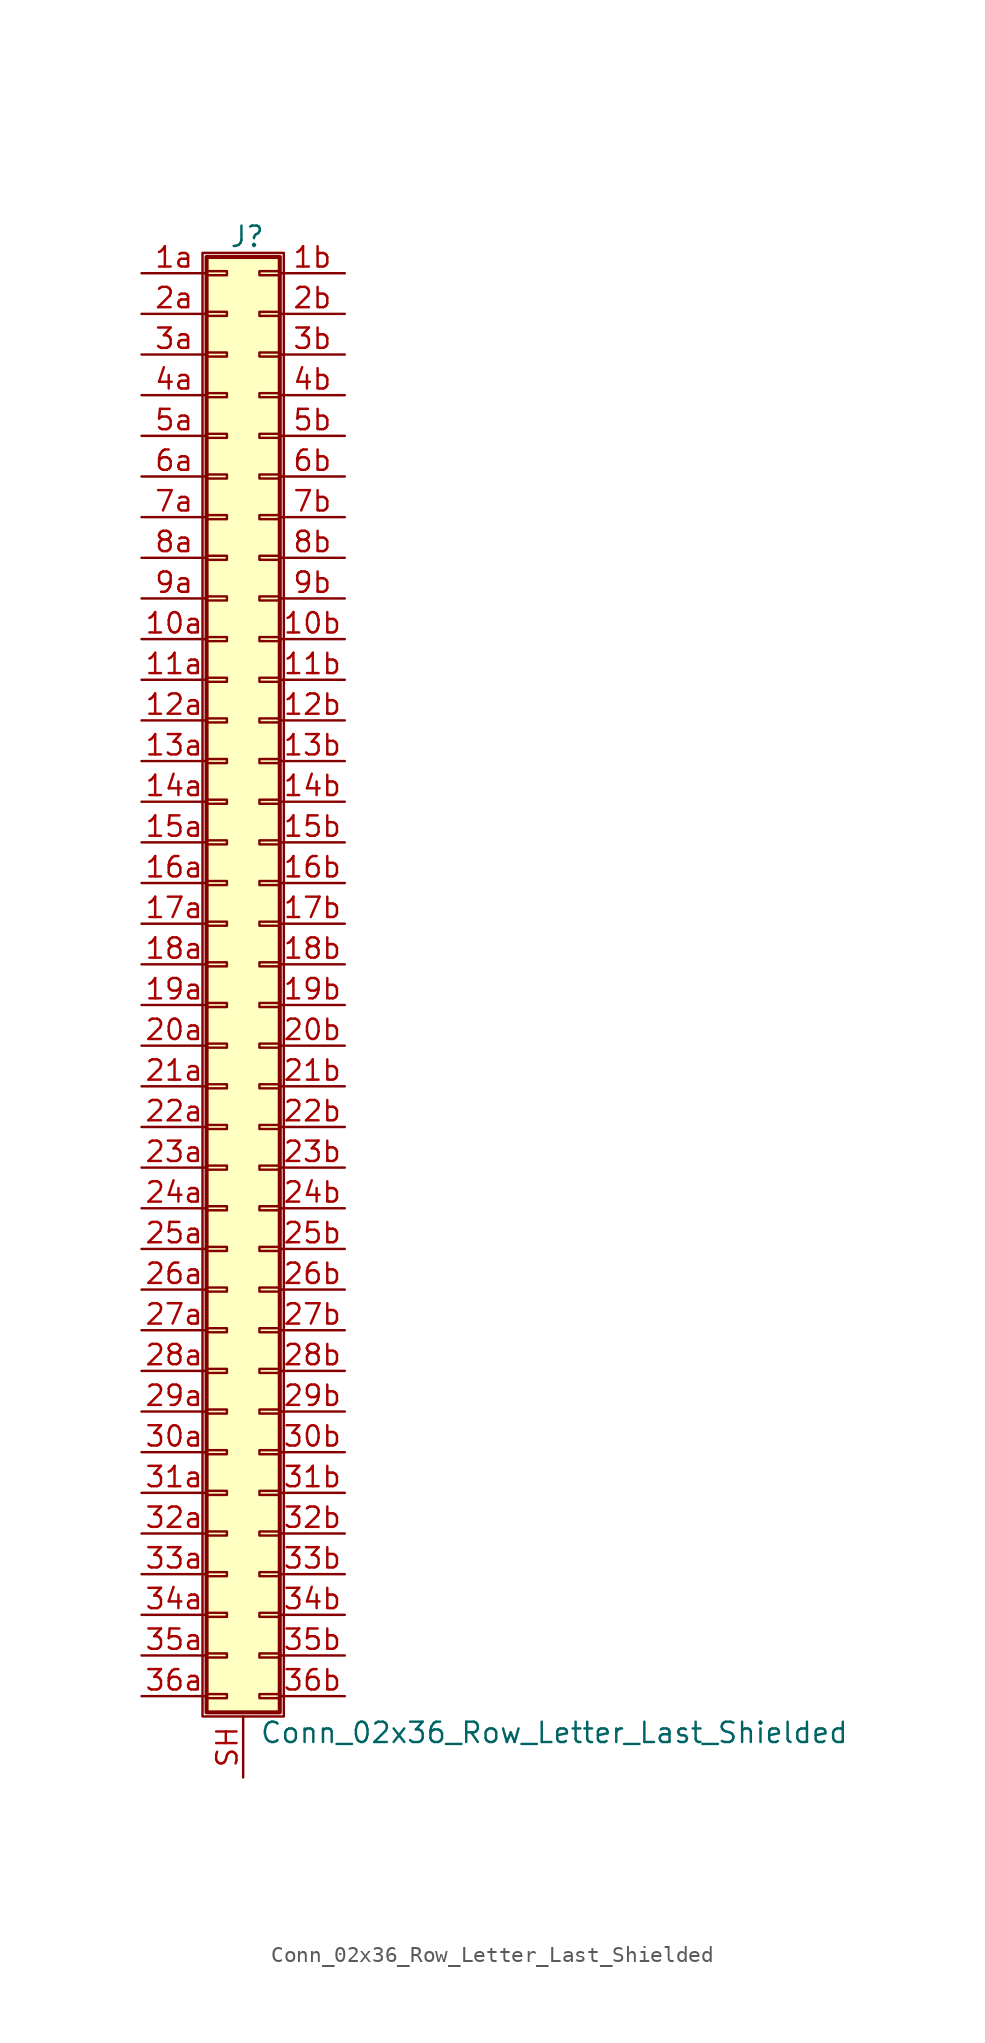
<source format=kicad_sym>
(kicad_symbol_lib
  (version 20220914)
  (generator kicad_symbol_editor)
  (symbol "Conn_02x36_Row_Letter_Last_Shielded"
    (pin_names
      (offset 1.016) hide)
    (property "Reference" "J"
      (at 1.524 45.466 0)
      (effects (font (size 1.27 1.27))))
    (property "Value" "Conn_02x36_Row_Letter_Last_Shielded"
      (at 2.286 -48.006 0)
      (effects (font (size 1.27 1.27)) (justify left)))
    (symbol "Conn_02x36_Row_Letter_Last_Shielded_1_1"
      (rectangle (start -1.27 44.45) (end 3.81 -46.99) (stroke (width 0.152) (type default)) (fill (type none)))
      (rectangle (start -1.016 -45.593) (end 0.254 -45.847) (stroke (width 0.152) (type default)) (fill (type none)))
      (rectangle (start -1.016 -43.053) (end 0.254 -43.307) (stroke (width 0.152) (type default)) (fill (type none)))
      (rectangle (start -1.016 -40.513) (end 0.254 -40.767) (stroke (width 0.152) (type default)) (fill (type none)))
      (rectangle (start -1.016 -37.973) (end 0.254 -38.227) (stroke (width 0.152) (type default)) (fill (type none)))
      (rectangle (start -1.016 -35.433) (end 0.254 -35.687) (stroke (width 0.152) (type default)) (fill (type none)))
      (rectangle (start -1.016 -32.893) (end 0.254 -33.147) (stroke (width 0.152) (type default)) (fill (type none)))
      (rectangle (start -1.016 -30.353) (end 0.254 -30.607) (stroke (width 0.152) (type default)) (fill (type none)))
      (rectangle (start -1.016 -27.813) (end 0.254 -28.067) (stroke (width 0.152) (type default)) (fill (type none)))
      (rectangle (start -1.016 -25.273) (end 0.254 -25.527) (stroke (width 0.152) (type default)) (fill (type none)))
      (rectangle (start -1.016 -22.733) (end 0.254 -22.987) (stroke (width 0.152) (type default)) (fill (type none)))
      (rectangle (start -1.016 -20.193) (end 0.254 -20.447) (stroke (width 0.152) (type default)) (fill (type none)))
      (rectangle (start -1.016 -17.653) (end 0.254 -17.907) (stroke (width 0.152) (type default)) (fill (type none)))
      (rectangle (start -1.016 -15.113) (end 0.254 -15.367) (stroke (width 0.152) (type default)) (fill (type none)))
      (rectangle (start -1.016 -12.573) (end 0.254 -12.827) (stroke (width 0.152) (type default)) (fill (type none)))
      (rectangle (start -1.016 -10.033) (end 0.254 -10.287) (stroke (width 0.152) (type default)) (fill (type none)))
      (rectangle (start -1.016 -7.493) (end 0.254 -7.747) (stroke (width 0.152) (type default)) (fill (type none)))
      (rectangle (start -1.016 -4.953) (end 0.254 -5.207) (stroke (width 0.152) (type default)) (fill (type none)))
      (rectangle (start -1.016 -2.413) (end 0.254 -2.667) (stroke (width 0.152) (type default)) (fill (type none)))
      (rectangle (start -1.016 0.127) (end 0.254 -0.127) (stroke (width 0.152) (type default)) (fill (type none)))
      (rectangle (start -1.016 2.667) (end 0.254 2.413) (stroke (width 0.152) (type default)) (fill (type none)))
      (rectangle (start -1.016 5.207) (end 0.254 4.953) (stroke (width 0.152) (type default)) (fill (type none)))
      (rectangle (start -1.016 7.747) (end 0.254 7.493) (stroke (width 0.152) (type default)) (fill (type none)))
      (rectangle (start -1.016 10.287) (end 0.254 10.033) (stroke (width 0.152) (type default)) (fill (type none)))
      (rectangle (start -1.016 12.827) (end 0.254 12.573) (stroke (width 0.152) (type default)) (fill (type none)))
      (rectangle (start -1.016 15.367) (end 0.254 15.113) (stroke (width 0.152) (type default)) (fill (type none)))
      (rectangle (start -1.016 17.907) (end 0.254 17.653) (stroke (width 0.152) (type default)) (fill (type none)))
      (rectangle (start -1.016 20.447) (end 0.254 20.193) (stroke (width 0.152) (type default)) (fill (type none)))
      (rectangle (start -1.016 22.987) (end 0.254 22.733) (stroke (width 0.152) (type default)) (fill (type none)))
      (rectangle (start -1.016 25.527) (end 0.254 25.273) (stroke (width 0.152) (type default)) (fill (type none)))
      (rectangle (start -1.016 28.067) (end 0.254 27.813) (stroke (width 0.152) (type default)) (fill (type none)))
      (rectangle (start -1.016 30.607) (end 0.254 30.353) (stroke (width 0.152) (type default)) (fill (type none)))
      (rectangle (start -1.016 33.147) (end 0.254 32.893) (stroke (width 0.152) (type default)) (fill (type none)))
      (rectangle (start -1.016 35.687) (end 0.254 35.433) (stroke (width 0.152) (type default)) (fill (type none)))
      (rectangle (start -1.016 38.227) (end 0.254 37.973) (stroke (width 0.152) (type default)) (fill (type none)))
      (rectangle (start -1.016 40.767) (end 0.254 40.513) (stroke (width 0.152) (type default)) (fill (type none)))
      (rectangle (start -1.016 43.307) (end 0.254 43.053) (stroke (width 0.152) (type default)) (fill (type none)))
      (rectangle (start -1.016 44.196) (end 3.556 -46.736) (stroke (width 0.254) (type default)) (fill (type background)))
      (rectangle (start 3.556 -45.593) (end 2.286 -45.847) (stroke (width 0.152) (type default)) (fill (type none)))
      (rectangle (start 3.556 -43.053) (end 2.286 -43.307) (stroke (width 0.152) (type default)) (fill (type none)))
      (rectangle (start 3.556 -40.513) (end 2.286 -40.767) (stroke (width 0.152) (type default)) (fill (type none)))
      (rectangle (start 3.556 -37.973) (end 2.286 -38.227) (stroke (width 0.152) (type default)) (fill (type none)))
      (rectangle (start 3.556 -35.433) (end 2.286 -35.687) (stroke (width 0.152) (type default)) (fill (type none)))
      (rectangle (start 3.556 -32.893) (end 2.286 -33.147) (stroke (width 0.152) (type default)) (fill (type none)))
      (rectangle (start 3.556 -30.353) (end 2.286 -30.607) (stroke (width 0.152) (type default)) (fill (type none)))
      (rectangle (start 3.556 -27.813) (end 2.286 -28.067) (stroke (width 0.152) (type default)) (fill (type none)))
      (rectangle (start 3.556 -25.273) (end 2.286 -25.527) (stroke (width 0.152) (type default)) (fill (type none)))
      (rectangle (start 3.556 -22.733) (end 2.286 -22.987) (stroke (width 0.152) (type default)) (fill (type none)))
      (rectangle (start 3.556 -20.193) (end 2.286 -20.447) (stroke (width 0.152) (type default)) (fill (type none)))
      (rectangle (start 3.556 -17.653) (end 2.286 -17.907) (stroke (width 0.152) (type default)) (fill (type none)))
      (rectangle (start 3.556 -15.113) (end 2.286 -15.367) (stroke (width 0.152) (type default)) (fill (type none)))
      (rectangle (start 3.556 -12.573) (end 2.286 -12.827) (stroke (width 0.152) (type default)) (fill (type none)))
      (rectangle (start 3.556 -10.033) (end 2.286 -10.287) (stroke (width 0.152) (type default)) (fill (type none)))
      (rectangle (start 3.556 -7.493) (end 2.286 -7.747) (stroke (width 0.152) (type default)) (fill (type none)))
      (rectangle (start 3.556 -4.953) (end 2.286 -5.207) (stroke (width 0.152) (type default)) (fill (type none)))
      (rectangle (start 3.556 -2.413) (end 2.286 -2.667) (stroke (width 0.152) (type default)) (fill (type none)))
      (rectangle (start 3.556 0.127) (end 2.286 -0.127) (stroke (width 0.152) (type default)) (fill (type none)))
      (rectangle (start 3.556 2.667) (end 2.286 2.413) (stroke (width 0.152) (type default)) (fill (type none)))
      (rectangle (start 3.556 5.207) (end 2.286 4.953) (stroke (width 0.152) (type default)) (fill (type none)))
      (rectangle (start 3.556 7.747) (end 2.286 7.493) (stroke (width 0.152) (type default)) (fill (type none)))
      (rectangle (start 3.556 10.287) (end 2.286 10.033) (stroke (width 0.152) (type default)) (fill (type none)))
      (rectangle (start 3.556 12.827) (end 2.286 12.573) (stroke (width 0.152) (type default)) (fill (type none)))
      (rectangle (start 3.556 15.367) (end 2.286 15.113) (stroke (width 0.152) (type default)) (fill (type none)))
      (rectangle (start 3.556 17.907) (end 2.286 17.653) (stroke (width 0.152) (type default)) (fill (type none)))
      (rectangle (start 3.556 20.447) (end 2.286 20.193) (stroke (width 0.152) (type default)) (fill (type none)))
      (rectangle (start 3.556 22.987) (end 2.286 22.733) (stroke (width 0.152) (type default)) (fill (type none)))
      (rectangle (start 3.556 25.527) (end 2.286 25.273) (stroke (width 0.152) (type default)) (fill (type none)))
      (rectangle (start 3.556 28.067) (end 2.286 27.813) (stroke (width 0.152) (type default)) (fill (type none)))
      (rectangle (start 3.556 30.607) (end 2.286 30.353) (stroke (width 0.152) (type default)) (fill (type none)))
      (rectangle (start 3.556 33.147) (end 2.286 32.893) (stroke (width 0.152) (type default)) (fill (type none)))
      (rectangle (start 3.556 35.687) (end 2.286 35.433) (stroke (width 0.152) (type default)) (fill (type none)))
      (rectangle (start 3.556 38.227) (end 2.286 37.973) (stroke (width 0.152) (type default)) (fill (type none)))
      (rectangle (start 3.556 40.767) (end 2.286 40.513) (stroke (width 0.152) (type default)) (fill (type none)))
      (rectangle (start 3.556 43.307) (end 2.286 43.053) (stroke (width 0.152) (type default)) (fill (type none)))
      (pin passive line (at -5.08 20.32 0) (length 4.064) (name "Pin_10a" (effects (font (size 1.27 1.27)))) (number "10a" (effects (font (size 1.27 1.27)))))
      (pin passive line (at 7.62 20.32 180) (length 4.064) (name "Pin_10b" (effects (font (size 1.27 1.27)))) (number "10b" (effects (font (size 1.27 1.27)))))
      (pin passive line (at -5.08 17.78 0) (length 4.064) (name "Pin_11a" (effects (font (size 1.27 1.27)))) (number "11a" (effects (font (size 1.27 1.27)))))
      (pin passive line (at 7.62 17.78 180) (length 4.064) (name "Pin_11b" (effects (font (size 1.27 1.27)))) (number "11b" (effects (font (size 1.27 1.27)))))
      (pin passive line (at -5.08 15.24 0) (length 4.064) (name "Pin_12a" (effects (font (size 1.27 1.27)))) (number "12a" (effects (font (size 1.27 1.27)))))
      (pin passive line (at 7.62 15.24 180) (length 4.064) (name "Pin_12b" (effects (font (size 1.27 1.27)))) (number "12b" (effects (font (size 1.27 1.27)))))
      (pin passive line (at -5.08 12.7 0) (length 4.064) (name "Pin_13a" (effects (font (size 1.27 1.27)))) (number "13a" (effects (font (size 1.27 1.27)))))
      (pin passive line (at 7.62 12.7 180) (length 4.064) (name "Pin_13b" (effects (font (size 1.27 1.27)))) (number "13b" (effects (font (size 1.27 1.27)))))
      (pin passive line (at -5.08 10.16 0) (length 4.064) (name "Pin_14a" (effects (font (size 1.27 1.27)))) (number "14a" (effects (font (size 1.27 1.27)))))
      (pin passive line (at 7.62 10.16 180) (length 4.064) (name "Pin_14b" (effects (font (size 1.27 1.27)))) (number "14b" (effects (font (size 1.27 1.27)))))
      (pin passive line (at -5.08 7.62 0) (length 4.064) (name "Pin_15a" (effects (font (size 1.27 1.27)))) (number "15a" (effects (font (size 1.27 1.27)))))
      (pin passive line (at 7.62 7.62 180) (length 4.064) (name "Pin_15b" (effects (font (size 1.27 1.27)))) (number "15b" (effects (font (size 1.27 1.27)))))
      (pin passive line (at -5.08 5.08 0) (length 4.064) (name "Pin_16a" (effects (font (size 1.27 1.27)))) (number "16a" (effects (font (size 1.27 1.27)))))
      (pin passive line (at 7.62 5.08 180) (length 4.064) (name "Pin_16b" (effects (font (size 1.27 1.27)))) (number "16b" (effects (font (size 1.27 1.27)))))
      (pin passive line (at -5.08 2.54 0) (length 4.064) (name "Pin_17a" (effects (font (size 1.27 1.27)))) (number "17a" (effects (font (size 1.27 1.27)))))
      (pin passive line (at 7.62 2.54 180) (length 4.064) (name "Pin_17b" (effects (font (size 1.27 1.27)))) (number "17b" (effects (font (size 1.27 1.27)))))
      (pin passive line (at -5.08 0 0) (length 4.064) (name "Pin_18a" (effects (font (size 1.27 1.27)))) (number "18a" (effects (font (size 1.27 1.27)))))
      (pin passive line (at 7.62 0 180) (length 4.064) (name "Pin_18b" (effects (font (size 1.27 1.27)))) (number "18b" (effects (font (size 1.27 1.27)))))
      (pin passive line (at -5.08 -2.54 0) (length 4.064) (name "Pin_19a" (effects (font (size 1.27 1.27)))) (number "19a" (effects (font (size 1.27 1.27)))))
      (pin passive line (at 7.62 -2.54 180) (length 4.064) (name "Pin_19b" (effects (font (size 1.27 1.27)))) (number "19b" (effects (font (size 1.27 1.27)))))
      (pin passive line (at -5.08 43.18 0) (length 4.064) (name "Pin_1a" (effects (font (size 1.27 1.27)))) (number "1a" (effects (font (size 1.27 1.27)))))
      (pin passive line (at 7.62 43.18 180) (length 4.064) (name "Pin_1b" (effects (font (size 1.27 1.27)))) (number "1b" (effects (font (size 1.27 1.27)))))
      (pin passive line (at -5.08 -5.08 0) (length 4.064) (name "Pin_20a" (effects (font (size 1.27 1.27)))) (number "20a" (effects (font (size 1.27 1.27)))))
      (pin passive line (at 7.62 -5.08 180) (length 4.064) (name "Pin_20b" (effects (font (size 1.27 1.27)))) (number "20b" (effects (font (size 1.27 1.27)))))
      (pin passive line (at -5.08 -7.62 0) (length 4.064) (name "Pin_21a" (effects (font (size 1.27 1.27)))) (number "21a" (effects (font (size 1.27 1.27)))))
      (pin passive line (at 7.62 -7.62 180) (length 4.064) (name "Pin_21b" (effects (font (size 1.27 1.27)))) (number "21b" (effects (font (size 1.27 1.27)))))
      (pin passive line (at -5.08 -10.16 0) (length 4.064) (name "Pin_22a" (effects (font (size 1.27 1.27)))) (number "22a" (effects (font (size 1.27 1.27)))))
      (pin passive line (at 7.62 -10.16 180) (length 4.064) (name "Pin_22b" (effects (font (size 1.27 1.27)))) (number "22b" (effects (font (size 1.27 1.27)))))
      (pin passive line (at -5.08 -12.7 0) (length 4.064) (name "Pin_23a" (effects (font (size 1.27 1.27)))) (number "23a" (effects (font (size 1.27 1.27)))))
      (pin passive line (at 7.62 -12.7 180) (length 4.064) (name "Pin_23b" (effects (font (size 1.27 1.27)))) (number "23b" (effects (font (size 1.27 1.27)))))
      (pin passive line (at -5.08 -15.24 0) (length 4.064) (name "Pin_24a" (effects (font (size 1.27 1.27)))) (number "24a" (effects (font (size 1.27 1.27)))))
      (pin passive line (at 7.62 -15.24 180) (length 4.064) (name "Pin_24b" (effects (font (size 1.27 1.27)))) (number "24b" (effects (font (size 1.27 1.27)))))
      (pin passive line (at -5.08 -17.78 0) (length 4.064) (name "Pin_25a" (effects (font (size 1.27 1.27)))) (number "25a" (effects (font (size 1.27 1.27)))))
      (pin passive line (at 7.62 -17.78 180) (length 4.064) (name "Pin_25b" (effects (font (size 1.27 1.27)))) (number "25b" (effects (font (size 1.27 1.27)))))
      (pin passive line (at -5.08 -20.32 0) (length 4.064) (name "Pin_26a" (effects (font (size 1.27 1.27)))) (number "26a" (effects (font (size 1.27 1.27)))))
      (pin passive line (at 7.62 -20.32 180) (length 4.064) (name "Pin_26b" (effects (font (size 1.27 1.27)))) (number "26b" (effects (font (size 1.27 1.27)))))
      (pin passive line (at -5.08 -22.86 0) (length 4.064) (name "Pin_27a" (effects (font (size 1.27 1.27)))) (number "27a" (effects (font (size 1.27 1.27)))))
      (pin passive line (at 7.62 -22.86 180) (length 4.064) (name "Pin_27b" (effects (font (size 1.27 1.27)))) (number "27b" (effects (font (size 1.27 1.27)))))
      (pin passive line (at -5.08 -25.4 0) (length 4.064) (name "Pin_28a" (effects (font (size 1.27 1.27)))) (number "28a" (effects (font (size 1.27 1.27)))))
      (pin passive line (at 7.62 -25.4 180) (length 4.064) (name "Pin_28b" (effects (font (size 1.27 1.27)))) (number "28b" (effects (font (size 1.27 1.27)))))
      (pin passive line (at -5.08 -27.94 0) (length 4.064) (name "Pin_29a" (effects (font (size 1.27 1.27)))) (number "29a" (effects (font (size 1.27 1.27)))))
      (pin passive line (at 7.62 -27.94 180) (length 4.064) (name "Pin_29b" (effects (font (size 1.27 1.27)))) (number "29b" (effects (font (size 1.27 1.27)))))
      (pin passive line (at -5.08 40.64 0) (length 4.064) (name "Pin_2a" (effects (font (size 1.27 1.27)))) (number "2a" (effects (font (size 1.27 1.27)))))
      (pin passive line (at 7.62 40.64 180) (length 4.064) (name "Pin_2b" (effects (font (size 1.27 1.27)))) (number "2b" (effects (font (size 1.27 1.27)))))
      (pin passive line (at -5.08 -30.48 0) (length 4.064) (name "Pin_30a" (effects (font (size 1.27 1.27)))) (number "30a" (effects (font (size 1.27 1.27)))))
      (pin passive line (at 7.62 -30.48 180) (length 4.064) (name "Pin_30b" (effects (font (size 1.27 1.27)))) (number "30b" (effects (font (size 1.27 1.27)))))
      (pin passive line (at -5.08 -33.02 0) (length 4.064) (name "Pin_31a" (effects (font (size 1.27 1.27)))) (number "31a" (effects (font (size 1.27 1.27)))))
      (pin passive line (at 7.62 -33.02 180) (length 4.064) (name "Pin_31b" (effects (font (size 1.27 1.27)))) (number "31b" (effects (font (size 1.27 1.27)))))
      (pin passive line (at -5.08 -35.56 0) (length 4.064) (name "Pin_32a" (effects (font (size 1.27 1.27)))) (number "32a" (effects (font (size 1.27 1.27)))))
      (pin passive line (at 7.62 -35.56 180) (length 4.064) (name "Pin_32b" (effects (font (size 1.27 1.27)))) (number "32b" (effects (font (size 1.27 1.27)))))
      (pin passive line (at -5.08 -38.1 0) (length 4.064) (name "Pin_33a" (effects (font (size 1.27 1.27)))) (number "33a" (effects (font (size 1.27 1.27)))))
      (pin passive line (at 7.62 -38.1 180) (length 4.064) (name "Pin_33b" (effects (font (size 1.27 1.27)))) (number "33b" (effects (font (size 1.27 1.27)))))
      (pin passive line (at -5.08 -40.64 0) (length 4.064) (name "Pin_34a" (effects (font (size 1.27 1.27)))) (number "34a" (effects (font (size 1.27 1.27)))))
      (pin passive line (at 7.62 -40.64 180) (length 4.064) (name "Pin_34b" (effects (font (size 1.27 1.27)))) (number "34b" (effects (font (size 1.27 1.27)))))
      (pin passive line (at -5.08 -43.18 0) (length 4.064) (name "Pin_35a" (effects (font (size 1.27 1.27)))) (number "35a" (effects (font (size 1.27 1.27)))))
      (pin passive line (at 7.62 -43.18 180) (length 4.064) (name "Pin_35b" (effects (font (size 1.27 1.27)))) (number "35b" (effects (font (size 1.27 1.27)))))
      (pin passive line (at -5.08 -45.72 0) (length 4.064) (name "Pin_36a" (effects (font (size 1.27 1.27)))) (number "36a" (effects (font (size 1.27 1.27)))))
      (pin passive line (at 7.62 -45.72 180) (length 4.064) (name "Pin_36b" (effects (font (size 1.27 1.27)))) (number "36b" (effects (font (size 1.27 1.27)))))
      (pin passive line (at -5.08 38.1 0) (length 4.064) (name "Pin_3a" (effects (font (size 1.27 1.27)))) (number "3a" (effects (font (size 1.27 1.27)))))
      (pin passive line (at 7.62 38.1 180) (length 4.064) (name "Pin_3b" (effects (font (size 1.27 1.27)))) (number "3b" (effects (font (size 1.27 1.27)))))
      (pin passive line (at -5.08 35.56 0) (length 4.064) (name "Pin_4a" (effects (font (size 1.27 1.27)))) (number "4a" (effects (font (size 1.27 1.27)))))
      (pin passive line (at 7.62 35.56 180) (length 4.064) (name "Pin_4b" (effects (font (size 1.27 1.27)))) (number "4b" (effects (font (size 1.27 1.27)))))
      (pin passive line (at -5.08 33.02 0) (length 4.064) (name "Pin_5a" (effects (font (size 1.27 1.27)))) (number "5a" (effects (font (size 1.27 1.27)))))
      (pin passive line (at 7.62 33.02 180) (length 4.064) (name "Pin_5b" (effects (font (size 1.27 1.27)))) (number "5b" (effects (font (size 1.27 1.27)))))
      (pin passive line (at -5.08 30.48 0) (length 4.064) (name "Pin_6a" (effects (font (size 1.27 1.27)))) (number "6a" (effects (font (size 1.27 1.27)))))
      (pin passive line (at 7.62 30.48 180) (length 4.064) (name "Pin_6b" (effects (font (size 1.27 1.27)))) (number "6b" (effects (font (size 1.27 1.27)))))
      (pin passive line (at -5.08 27.94 0) (length 4.064) (name "Pin_7a" (effects (font (size 1.27 1.27)))) (number "7a" (effects (font (size 1.27 1.27)))))
      (pin passive line (at 7.62 27.94 180) (length 4.064) (name "Pin_7b" (effects (font (size 1.27 1.27)))) (number "7b" (effects (font (size 1.27 1.27)))))
      (pin passive line (at -5.08 25.4 0) (length 4.064) (name "Pin_8a" (effects (font (size 1.27 1.27)))) (number "8a" (effects (font (size 1.27 1.27)))))
      (pin passive line (at 7.62 25.4 180) (length 4.064) (name "Pin_8b" (effects (font (size 1.27 1.27)))) (number "8b" (effects (font (size 1.27 1.27)))))
      (pin passive line (at -5.08 22.86 0) (length 4.064) (name "Pin_9a" (effects (font (size 1.27 1.27)))) (number "9a" (effects (font (size 1.27 1.27)))))
      (pin passive line (at 7.62 22.86 180) (length 4.064) (name "Pin_9b" (effects (font (size 1.27 1.27)))) (number "9b" (effects (font (size 1.27 1.27)))))
      (pin passive line (at 1.27 -50.8 90) (length 3.81) (name "Shield" (effects (font (size 1.27 1.27)))) (number "SH" (effects (font (size 1.27 1.27))))))))
</source>
